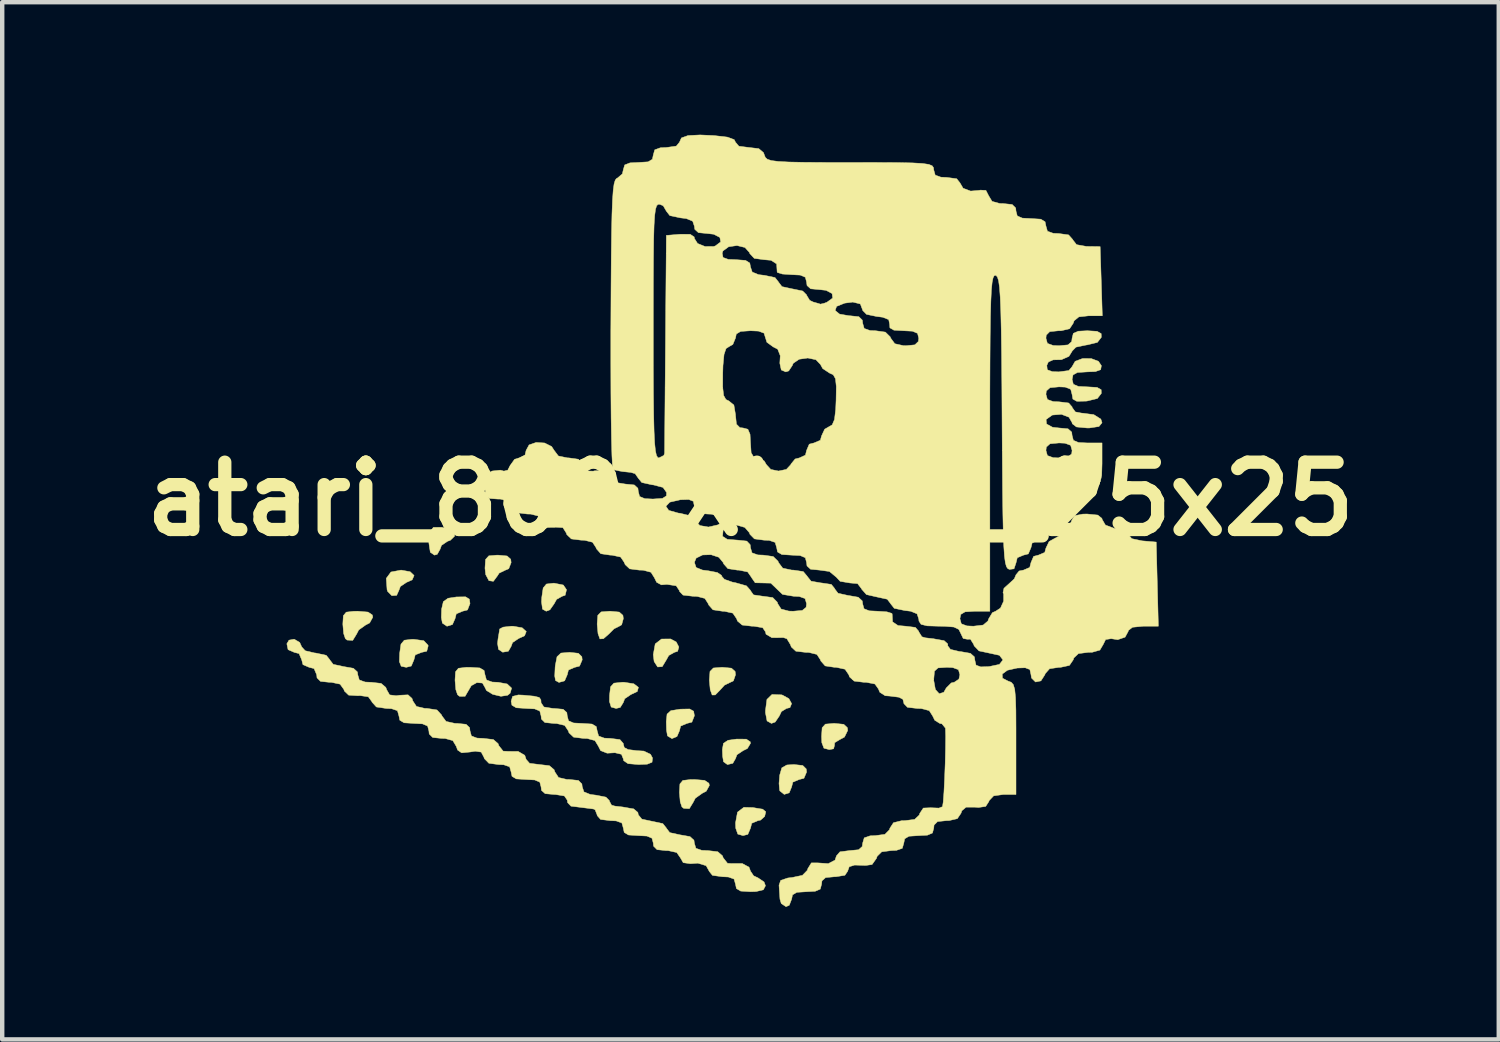
<source format=kicad_pcb>
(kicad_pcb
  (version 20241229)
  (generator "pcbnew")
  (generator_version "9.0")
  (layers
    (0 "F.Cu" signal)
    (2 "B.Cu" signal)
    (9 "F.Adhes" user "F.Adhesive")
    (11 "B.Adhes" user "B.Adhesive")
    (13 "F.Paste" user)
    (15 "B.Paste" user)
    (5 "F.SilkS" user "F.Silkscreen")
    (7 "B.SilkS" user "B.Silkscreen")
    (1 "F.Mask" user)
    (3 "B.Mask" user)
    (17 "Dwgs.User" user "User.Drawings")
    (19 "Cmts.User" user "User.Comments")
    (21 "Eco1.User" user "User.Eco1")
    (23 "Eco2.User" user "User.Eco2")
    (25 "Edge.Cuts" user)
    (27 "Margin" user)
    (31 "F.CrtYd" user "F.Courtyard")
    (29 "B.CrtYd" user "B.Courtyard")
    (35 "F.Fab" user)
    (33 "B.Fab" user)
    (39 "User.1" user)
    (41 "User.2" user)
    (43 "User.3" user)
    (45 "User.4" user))
  (footprint "atari_800_XL_BW_25x25"
    (layer "F.Cu")
    (at 13.941 8.248)
    (property "Reference" "atari_800_XL_BW_25x25" (at 0 0 0) (layer "F.SilkS") (effects (font (size 1.524 1.524) (thickness 0.3))))
    (attr exclude_from_pos_files exclude_from_bom)
    (fp_poly (pts (xy -7.705 1.646) (xy -7.616 1.731) (xy -7.659 1.829) (xy -7.789 1.887) (xy -7.927 1.98) (xy -7.959 2.066) (xy -8.011 2.181) (xy -8.12 2.188) (xy -8.215 2.092) (xy -8.228 2.053) (xy -8.246 1.796) (xy -8.14 1.652) (xy -7.91 1.609) (xy -7.705 1.646)) (stroke (width 0.01) (type solid)) (fill yes) (layer "F.SilkS"))
    (fp_poly (pts (xy -1.681 3.236) (xy -1.622 3.35) (xy -1.649 3.447) (xy -1.724 3.471) (xy -1.85 3.542) (xy -1.905 3.641) (xy -1.998 3.795) (xy -2.102 3.802) (xy -2.182 3.678) (xy -2.201 3.523) (xy -2.157 3.28) (xy -2.014 3.169) (xy -1.808 3.168) (xy -1.681 3.236)) (stroke (width 0.01) (type solid)) (fill yes) (layer "F.SilkS"))
    (fp_poly (pts (xy -6.921 0.653) (xy -6.741 0.729) (xy -6.696 0.837) (xy -6.795 0.934) (xy -6.858 0.956) (xy -6.996 1.049) (xy -7.027 1.135) (xy -7.092 1.252) (xy -7.154 1.27) (xy -7.249 1.205) (xy -7.281 0.997) (xy -7.281 0.979) (xy -7.262 0.743) (xy -7.178 0.641) (xy -6.993 0.64) (xy -6.921 0.653)) (stroke (width 0.01) (type solid)) (fill yes) (layer "F.SilkS"))
    (fp_poly (pts (xy -6.365 2.266) (xy -6.35 2.366) (xy -6.407 2.511) (xy -6.519 2.54) (xy -6.661 2.6) (xy -6.689 2.709) (xy -6.748 2.842) (xy -6.872 2.88) (xy -6.976 2.809) (xy -6.999 2.681) (xy -6.993 2.491) (xy -6.954 2.323) (xy -6.847 2.246) (xy -6.659 2.217) (xy -6.452 2.214) (xy -6.365 2.266)) (stroke (width 0.01) (type solid)) (fill yes) (layer "F.SilkS"))
    (fp_poly (pts (xy -5.511 1.289) (xy -5.428 1.363) (xy -5.419 1.439) (xy -5.473 1.578) (xy -5.548 1.609) (xy -5.69 1.677) (xy -5.727 1.736) (xy -5.821 1.863) (xy -5.922 1.848) (xy -5.995 1.71) (xy -6.011 1.566) (xy -5.998 1.368) (xy -5.924 1.286) (xy -5.738 1.27) (xy -5.715 1.27) (xy -5.511 1.289)) (stroke (width 0.01) (type solid)) (fill yes) (layer "F.SilkS"))
    (fp_poly (pts (xy -4.237 1.947) (xy -4.165 2.053) (xy -4.196 2.179) (xy -4.264 2.201) (xy -4.39 2.272) (xy -4.445 2.371) (xy -4.541 2.508) (xy -4.625 2.54) (xy -4.709 2.493) (xy -4.731 2.328) (xy -4.725 2.223) (xy -4.694 2.014) (xy -4.62 1.924) (xy -4.458 1.905) (xy -4.446 1.905) (xy -4.237 1.947)) (stroke (width 0.01) (type solid)) (fill yes) (layer "F.SilkS"))
    (fp_poly (pts (xy -2.641 4.183) (xy -2.537 4.263) (xy -2.563 4.358) (xy -2.709 4.427) (xy -2.847 4.52) (xy -2.879 4.606) (xy -2.949 4.719) (xy -3.043 4.741) (xy -3.154 4.71) (xy -3.193 4.586) (xy -3.191 4.445) (xy -3.168 4.251) (xy -3.092 4.168) (xy -2.911 4.149) (xy -2.857 4.149) (xy -2.641 4.183)) (stroke (width 0.01) (type solid)) (fill yes) (layer "F.SilkS"))
    (fp_poly (pts (xy -0.095 5.436) (xy -0.005 5.496) (xy 0 5.531) (xy -0.071 5.649) (xy -0.169 5.697) (xy -0.307 5.79) (xy -0.339 5.876) (xy -0.4 5.983) (xy -0.522 6.012) (xy -0.611 5.948) (xy -0.631 5.821) (xy -0.637 5.673) (xy -0.612 5.53) (xy -0.508 5.462) (xy -0.318 5.435) (xy -0.095 5.436)) (stroke (width 0.01) (type solid)) (fill yes) (layer "F.SilkS"))
    (fp_poly (pts (xy 0.703 4.433) (xy 0.724 4.439) (xy 0.869 4.519) (xy 0.931 4.632) (xy 0.894 4.722) (xy 0.814 4.741) (xy 0.7 4.812) (xy 0.653 4.911) (xy 0.56 5.048) (xy 0.474 5.08) (xy 0.375 5.024) (xy 0.339 4.838) (xy 0.339 4.789) (xy 0.372 4.537) (xy 0.487 4.425) (xy 0.703 4.433)) (stroke (width 0.01) (type solid)) (fill yes) (layer "F.SilkS"))
    (fp_poly (pts (xy -7.621 3.176) (xy -7.397 3.207) (xy -7.302 3.307) (xy -7.297 3.325) (xy -7.329 3.445) (xy -7.444 3.471) (xy -7.59 3.528) (xy -7.62 3.641) (xy -7.679 3.781) (xy -7.794 3.81) (xy -7.908 3.786) (xy -7.949 3.682) (xy -7.943 3.493) (xy -7.913 3.285) (xy -7.838 3.196) (xy -7.667 3.176) (xy -7.621 3.176)) (stroke (width 0.01) (type solid)) (fill yes) (layer "F.SilkS"))
    (fp_poly (pts (xy -5.169 2.915) (xy -5.076 2.999) (xy -5.115 3.096) (xy -5.249 3.157) (xy -5.387 3.25) (xy -5.419 3.336) (xy -5.482 3.446) (xy -5.61 3.468) (xy -5.705 3.403) (xy -5.726 3.27) (xy -5.716 3.17) (xy -5.688 3.003) (xy -5.679 2.942) (xy -5.6 2.9) (xy -5.414 2.879) (xy -5.376 2.879) (xy -5.169 2.915)) (stroke (width 0.01) (type solid)) (fill yes) (layer "F.SilkS"))
    (fp_poly (pts (xy -2.971 2.559) (xy -2.888 2.633) (xy -2.879 2.709) (xy -2.917 2.847) (xy -2.971 2.879) (xy -3.089 2.938) (xy -3.205 3.054) (xy -3.329 3.162) (xy -3.409 3.167) (xy -3.452 3.046) (xy -3.471 2.838) (xy -3.471 2.822) (xy -3.457 2.633) (xy -3.38 2.555) (xy -3.189 2.54) (xy -3.175 2.54) (xy -2.971 2.559)) (stroke (width 0.01) (type solid)) (fill yes) (layer "F.SilkS"))
    (fp_poly (pts (xy -0.431 3.829) (xy -0.348 3.903) (xy -0.339 3.979) (xy -0.387 4.117) (xy -0.455 4.149) (xy -0.588 4.213) (xy -0.689 4.324) (xy -0.797 4.435) (xy -0.868 4.437) (xy -0.912 4.316) (xy -0.931 4.108) (xy -0.931 4.092) (xy -0.917 3.903) (xy -0.84 3.825) (xy -0.649 3.81) (xy -0.635 3.81) (xy -0.431 3.829)) (stroke (width 0.01) (type solid)) (fill yes) (layer "F.SilkS"))
    (fp_poly (pts (xy 0.054 6.985) (xy 0.219 7.013) (xy 0.275 7.021) (xy 0.346 7.08) (xy 0.321 7.186) (xy 0.228 7.269) (xy 0.169 7.281) (xy 0.028 7.341) (xy 0 7.451) (xy -0.06 7.592) (xy -0.169 7.62) (xy -0.287 7.586) (xy -0.334 7.453) (xy -0.339 7.333) (xy -0.294 7.089) (xy -0.151 6.98) (xy 0.054 6.985)) (stroke (width 0.01) (type solid)) (fill yes) (layer "F.SilkS"))
    (fp_poly (pts (xy 1.183 6.032) (xy 1.262 6.11) (xy 1.27 6.181) (xy 1.21 6.322) (xy 1.101 6.35) (xy 0.959 6.41) (xy 0.931 6.519) (xy 0.877 6.651) (xy 0.764 6.687) (xy 0.666 6.609) (xy 0.659 6.59) (xy 0.646 6.439) (xy 0.661 6.252) (xy 0.709 6.086) (xy 0.823 6.021) (xy 0.983 6.011) (xy 1.183 6.032)) (stroke (width 0.01) (type solid)) (fill yes) (layer "F.SilkS"))
    (fp_poly (pts (xy 2.111 5.1) (xy 2.193 5.176) (xy 2.201 5.239) (xy 2.128 5.389) (xy 2.023 5.445) (xy 1.906 5.516) (xy 1.901 5.582) (xy 1.881 5.655) (xy 1.783 5.673) (xy 1.663 5.641) (xy 1.615 5.517) (xy 1.609 5.376) (xy 1.622 5.178) (xy 1.696 5.096) (xy 1.882 5.08) (xy 1.905 5.08) (xy 2.111 5.1)) (stroke (width 0.01) (type solid)) (fill yes) (layer "F.SilkS"))
    (fp_poly (pts (xy -8.659 2.559) (xy -8.561 2.625) (xy -8.551 2.675) (xy -8.622 2.805) (xy -8.713 2.852) (xy -8.869 2.963) (xy -8.917 3.056) (xy -9.005 3.2) (xy -9.132 3.193) (xy -9.172 3.161) (xy -9.211 3.045) (xy -9.229 2.839) (xy -9.229 2.822) (xy -9.218 2.641) (xy -9.152 2.561) (xy -8.982 2.541) (xy -8.89 2.54) (xy -8.659 2.559)) (stroke (width 0.01) (type solid)) (fill yes) (layer "F.SilkS"))
    (fp_poly (pts (xy -3.897 3.492) (xy -3.818 3.57) (xy -3.81 3.641) (xy -3.87 3.782) (xy -3.979 3.81) (xy -4.121 3.87) (xy -4.149 3.979) (xy -4.208 4.116) (xy -4.336 4.152) (xy -4.414 4.109) (xy -4.432 4.007) (xy -4.423 3.807) (xy -4.419 3.77) (xy -4.38 3.57) (xy -4.291 3.487) (xy -4.097 3.471) (xy -4.097 3.471) (xy -3.897 3.492)) (stroke (width 0.01) (type solid)) (fill yes) (layer "F.SilkS"))
    (fp_poly (pts (xy -1.287 4.803) (xy -1.27 4.906) (xy -1.327 5.051) (xy -1.439 5.08) (xy -1.581 5.14) (xy -1.609 5.249) (xy -1.664 5.376) (xy -1.778 5.424) (xy -1.877 5.364) (xy -1.881 5.355) (xy -1.901 5.232) (xy -1.907 5.038) (xy -1.889 4.869) (xy -1.803 4.791) (xy -1.601 4.759) (xy -1.587 4.757) (xy -1.378 4.753) (xy -1.287 4.803)) (stroke (width 0.01) (type solid)) (fill yes) (layer "F.SilkS"))
    (fp_poly (pts (xy -1.039 6.369) (xy -0.941 6.435) (xy -0.931 6.485) (xy -1.002 6.615) (xy -1.093 6.662) (xy -1.249 6.773) (xy -1.297 6.866) (xy -1.385 7.01) (xy -1.512 7.003) (xy -1.552 6.971) (xy -1.591 6.855) (xy -1.609 6.649) (xy -1.609 6.632) (xy -1.598 6.451) (xy -1.532 6.371) (xy -1.362 6.351) (xy -1.27 6.35) (xy -1.039 6.369)) (stroke (width 0.01) (type solid)) (fill yes) (layer "F.SilkS"))
    (fp_poly (pts (xy -6.128 3.824) (xy -6.031 3.882) (xy -6.011 3.979) (xy -5.978 4.096) (xy -5.849 4.143) (xy -5.715 4.149) (xy -5.508 4.187) (xy -5.408 4.281) (xy -5.442 4.397) (xy -5.499 4.443) (xy -5.65 4.466) (xy -5.835 4.422) (xy -5.977 4.335) (xy -6.011 4.266) (xy -6.068 4.166) (xy -6.195 4.156) (xy -6.321 4.226) (xy -6.375 4.318) (xy -6.462 4.467) (xy -6.588 4.466) (xy -6.632 4.431) (xy -6.671 4.315) (xy -6.689 4.109) (xy -6.689 4.092) (xy -6.678 3.911) (xy -6.612 3.831) (xy -6.442 3.811) (xy -6.35 3.81) (xy -6.128 3.824)) (stroke (width 0.01) (type solid)) (fill yes) (layer "F.SilkS"))
    (fp_poly (pts (xy -5.144 4.44) (xy -4.901 4.463) (xy -4.783 4.492) (xy -4.745 4.546) (xy -4.741 4.614) (xy -4.677 4.708) (xy -4.472 4.741) (xy -4.445 4.741) (xy -4.241 4.76) (xy -4.158 4.834) (xy -4.149 4.911) (xy -4.12 5.021) (xy -4.005 5.07) (xy -3.81 5.08) (xy -3.588 5.094) (xy -3.491 5.152) (xy -3.471 5.249) (xy -3.438 5.366) (xy -3.309 5.413) (xy -3.175 5.419) (xy -2.956 5.446) (xy -2.879 5.534) (xy -2.879 5.546) (xy -2.858 5.626) (xy -2.769 5.672) (xy -2.572 5.697) (xy -2.415 5.706) (xy -2.264 5.778) (xy -2.218 5.863) (xy -2.229 5.959) (xy -2.338 6.003) (xy -2.534 6.011) (xy -2.772 5.991) (xy -2.871 5.924) (xy -2.879 5.884) (xy -2.921 5.779) (xy -3.068 5.744) (xy -3.245 5.754) (xy -3.393 5.696) (xy -3.445 5.594) (xy -3.522 5.468) (xy -3.697 5.421) (xy -3.785 5.419) (xy -4.005 5.391) (xy -4.109 5.293) (xy -4.124 5.249) (xy -4.206 5.125) (xy -4.394 5.081) (xy -4.455 5.08) (xy -4.655 5.06) (xy -4.734 4.981) (xy -4.741 4.911) (xy -4.77 4.8) (xy -4.885 4.751) (xy -5.08 4.741) (xy -5.303 4.726) (xy -5.401 4.668) (xy -5.419 4.579) (xy -5.386 4.468) (xy -5.257 4.435) (xy -5.144 4.44)) (stroke (width 0.01) (type solid)) (fill yes) (layer "F.SilkS"))
    (fp_poly (pts (xy -10.206 3.246) (xy -10.16 3.348) (xy -10.081 3.435) (xy -9.868 3.485) (xy -9.842 3.487) (xy -9.605 3.538) (xy -9.525 3.638) (xy -9.525 3.641) (xy -9.448 3.742) (xy -9.214 3.793) (xy -9.208 3.794) (xy -8.99 3.832) (xy -8.9 3.914) (xy -8.89 3.984) (xy -8.856 4.097) (xy -8.724 4.143) (xy -8.586 4.149) (xy -8.363 4.174) (xy -8.256 4.265) (xy -8.237 4.317) (xy -8.17 4.434) (xy -8.02 4.453) (xy -7.942 4.442) (xy -7.753 4.433) (xy -7.663 4.515) (xy -7.645 4.57) (xy -7.562 4.696) (xy -7.374 4.74) (xy -7.319 4.741) (xy -7.098 4.775) (xy -6.992 4.891) (xy -6.985 4.911) (xy -6.892 5.035) (xy -6.694 5.079) (xy -6.641 5.08) (xy -6.439 5.1) (xy -6.359 5.176) (xy -6.35 5.249) (xy -6.318 5.365) (xy -6.192 5.412) (xy -6.046 5.419) (xy -5.821 5.445) (xy -5.714 5.538) (xy -5.699 5.582) (xy -5.6 5.707) (xy -5.491 5.713) (xy -5.26 5.714) (xy -5.11 5.802) (xy -5.08 5.893) (xy -5.002 5.983) (xy -4.776 6.011) (xy -4.553 6.037) (xy -4.446 6.128) (xy -4.427 6.181) (xy -4.345 6.305) (xy -4.157 6.349) (xy -4.096 6.35) (xy -3.896 6.371) (xy -3.817 6.451) (xy -3.81 6.514) (xy -3.771 6.63) (xy -3.627 6.688) (xy -3.493 6.705) (xy -3.273 6.749) (xy -3.195 6.827) (xy -3.196 6.837) (xy -3.146 6.93) (xy -3.069 6.952) (xy -2.893 6.972) (xy -2.836 6.982) (xy -2.674 7.011) (xy -2.646 7.014) (xy -2.55 7.095) (xy -2.54 7.149) (xy -2.46 7.247) (xy -2.224 7.297) (xy -2.223 7.297) (xy -1.985 7.348) (xy -1.905 7.448) (xy -1.905 7.451) (xy -1.828 7.552) (xy -1.594 7.603) (xy -1.587 7.604) (xy -1.37 7.642) (xy -1.28 7.724) (xy -1.27 7.794) (xy -1.236 7.907) (xy -1.104 7.953) (xy -0.966 7.959) (xy -0.741 7.985) (xy -0.634 8.078) (xy -0.619 8.122) (xy -0.52 8.247) (xy -0.411 8.253) (xy -0.184 8.253) (xy -0.033 8.335) (xy 0 8.424) (xy 0.071 8.53) (xy 0.169 8.576) (xy 0.307 8.669) (xy 0.339 8.755) (xy 0.291 8.847) (xy 0.126 8.886) (xy 0 8.89) (xy -0.222 8.876) (xy -0.319 8.818) (xy -0.339 8.721) (xy -0.372 8.604) (xy -0.501 8.557) (xy -0.635 8.551) (xy -0.861 8.52) (xy -0.931 8.433) (xy -1.004 8.301) (xy -1.192 8.244) (xy -1.36 8.256) (xy -1.523 8.233) (xy -1.585 8.125) (xy -1.669 8.003) (xy -1.861 7.96) (xy -1.915 7.959) (xy -2.115 7.938) (xy -2.194 7.859) (xy -2.201 7.789) (xy -2.23 7.679) (xy -2.345 7.63) (xy -2.54 7.62) (xy -2.762 7.606) (xy -2.859 7.548) (xy -2.879 7.451) (xy -2.912 7.334) (xy -3.041 7.287) (xy -3.175 7.281) (xy -3.394 7.254) (xy -3.471 7.166) (xy -3.471 7.154) (xy -3.518 7.035) (xy -3.556 7.017) (xy -3.706 6.998) (xy -3.81 6.985) (xy -3.992 6.962) (xy -4.064 6.953) (xy -4.14 6.874) (xy -4.149 6.816) (xy -4.213 6.722) (xy -4.418 6.689) (xy -4.445 6.689) (xy -4.649 6.67) (xy -4.732 6.596) (xy -4.741 6.519) (xy -4.77 6.409) (xy -4.885 6.36) (xy -5.08 6.35) (xy -5.302 6.336) (xy -5.399 6.278) (xy -5.419 6.181) (xy -5.453 6.062) (xy -5.587 6.016) (xy -5.705 6.011) (xy -5.923 5.982) (xy -6.024 5.878) (xy -6.036 5.843) (xy -6.097 5.729) (xy -6.231 5.709) (xy -6.347 5.727) (xy -6.539 5.746) (xy -6.631 5.683) (xy -6.661 5.6) (xy -6.739 5.469) (xy -6.912 5.421) (xy -6.995 5.419) (xy -7.195 5.398) (xy -7.274 5.319) (xy -7.281 5.249) (xy -7.31 5.139) (xy -7.425 5.09) (xy -7.62 5.08) (xy -7.842 5.066) (xy -7.939 5.008) (xy -7.959 4.911) (xy -7.993 4.792) (xy -8.127 4.746) (xy -8.245 4.741) (xy -8.469 4.708) (xy -8.568 4.599) (xy -8.572 4.587) (xy -8.652 4.477) (xy -8.84 4.45) (xy -8.888 4.453) (xy -9.097 4.44) (xy -9.194 4.347) (xy -9.206 4.31) (xy -9.292 4.191) (xy -9.492 4.149) (xy -9.535 4.149) (xy -9.735 4.128) (xy -9.814 4.049) (xy -9.821 3.979) (xy -9.881 3.838) (xy -9.991 3.81) (xy -10.132 3.75) (xy -10.16 3.641) (xy -10.22 3.499) (xy -10.329 3.471) (xy -10.469 3.41) (xy -10.497 3.277) (xy -10.448 3.195) (xy -10.331 3.173) (xy -10.206 3.246)) (stroke (width 0.01) (type solid)) (fill yes) (layer "F.SilkS"))
    (fp_poly (pts (xy -0.826 -8.229) (xy -0.523 -8.194) (xy -0.369 -8.137) (xy -0.339 -8.078) (xy -0.263 -7.988) (xy -0.034 -7.959) (xy 0.188 -7.933) (xy 0.295 -7.842) (xy 0.314 -7.789) (xy 0.335 -7.735) (xy 0.381 -7.693) (xy 0.471 -7.663) (xy 0.628 -7.643) (xy 0.872 -7.63) (xy 1.225 -7.623) (xy 1.707 -7.62) (xy 2.254 -7.62) (xy 2.866 -7.619) (xy 3.331 -7.617) (xy 3.667 -7.61) (xy 3.895 -7.597) (xy 4.037 -7.576) (xy 4.113 -7.545) (xy 4.143 -7.503) (xy 4.149 -7.451) (xy 4.182 -7.334) (xy 4.311 -7.287) (xy 4.445 -7.281) (xy 4.669 -7.251) (xy 4.741 -7.16) (xy 4.813 -7.037) (xy 4.984 -6.972) (xy 5.186 -6.989) (xy 5.2 -6.994) (xy 5.33 -6.988) (xy 5.391 -6.869) (xy 5.469 -6.739) (xy 5.643 -6.691) (xy 5.725 -6.689) (xy 5.925 -6.668) (xy 6.004 -6.589) (xy 6.011 -6.519) (xy 6.04 -6.409) (xy 6.155 -6.36) (xy 6.35 -6.35) (xy 6.572 -6.336) (xy 6.669 -6.278) (xy 6.689 -6.181) (xy 6.723 -6.063) (xy 6.855 -6.016) (xy 6.979 -6.011) (xy 7.202 -5.98) (xy 7.294 -5.877) (xy 7.297 -5.868) (xy 7.382 -5.759) (xy 7.6 -5.72) (xy 7.62 -5.719) (xy 7.916 -5.715) (xy 7.941 -4.932) (xy 7.965 -4.149) (xy 7.658 -4.149) (xy 7.434 -4.124) (xy 7.326 -4.035) (xy 7.306 -3.979) (xy 7.224 -3.855) (xy 7.036 -3.811) (xy 6.975 -3.81) (xy 6.775 -3.79) (xy 6.696 -3.711) (xy 6.689 -3.641) (xy 6.722 -3.524) (xy 6.851 -3.477) (xy 6.985 -3.471) (xy 7.189 -3.49) (xy 7.272 -3.564) (xy 7.281 -3.641) (xy 7.309 -3.751) (xy 7.422 -3.8) (xy 7.626 -3.81) (xy 7.847 -3.797) (xy 7.939 -3.746) (xy 7.943 -3.662) (xy 7.853 -3.546) (xy 7.624 -3.49) (xy 7.598 -3.487) (xy 7.369 -3.439) (xy 7.282 -3.351) (xy 7.281 -3.345) (xy 7.209 -3.23) (xy 7.039 -3.155) (xy 6.851 -3.151) (xy 6.744 -3.103) (xy 6.709 -3.027) (xy 6.719 -2.926) (xy 6.836 -2.884) (xy 6.979 -2.879) (xy 7.208 -2.909) (xy 7.281 -2.997) (xy 7.35 -3.118) (xy 7.515 -3.18) (xy 7.712 -3.181) (xy 7.877 -3.119) (xy 7.944 -3.02) (xy 7.928 -2.928) (xy 7.809 -2.886) (xy 7.626 -2.879) (xy 7.402 -2.865) (xy 7.302 -2.81) (xy 7.281 -2.709) (xy 7.309 -2.599) (xy 7.422 -2.55) (xy 7.626 -2.54) (xy 7.847 -2.527) (xy 7.939 -2.476) (xy 7.943 -2.392) (xy 7.853 -2.276) (xy 7.624 -2.22) (xy 7.598 -2.217) (xy 7.388 -2.213) (xy 7.299 -2.263) (xy 7.281 -2.366) (xy 7.25 -2.485) (xy 7.126 -2.534) (xy 6.985 -2.54) (xy 6.781 -2.521) (xy 6.698 -2.447) (xy 6.689 -2.371) (xy 6.722 -2.254) (xy 6.851 -2.207) (xy 6.985 -2.201) (xy 7.204 -2.174) (xy 7.281 -2.086) (xy 7.281 -2.074) (xy 7.355 -1.972) (xy 7.486 -1.947) (xy 7.772 -1.911) (xy 7.932 -1.81) (xy 7.959 -1.727) (xy 7.889 -1.642) (xy 7.672 -1.609) (xy 7.62 -1.609) (xy 7.38 -1.632) (xy 7.285 -1.705) (xy 7.281 -1.73) (xy 7.21 -1.853) (xy 7.04 -1.918) (xy 6.84 -1.902) (xy 6.828 -1.898) (xy 6.692 -1.801) (xy 6.703 -1.699) (xy 6.839 -1.625) (xy 6.985 -1.609) (xy 7.189 -1.59) (xy 7.272 -1.516) (xy 7.281 -1.439) (xy 7.31 -1.329) (xy 7.425 -1.28) (xy 7.62 -1.27) (xy 7.959 -1.27) (xy 7.959 -0.804) (xy 7.951 -0.535) (xy 7.92 -0.395) (xy 7.849 -0.344) (xy 7.789 -0.339) (xy 7.648 -0.279) (xy 7.62 -0.169) (xy 7.56 -0.028) (xy 7.451 0) (xy 7.309 0.06) (xy 7.281 0.169) (xy 7.232 0.307) (xy 7.163 0.339) (xy 7.033 0.407) (xy 6.997 0.466) (xy 7.01 0.57) (xy 7.115 0.593) (xy 7.25 0.539) (xy 7.281 0.466) (xy 7.337 0.377) (xy 7.523 0.341) (xy 7.62 0.339) (xy 7.863 0.363) (xy 7.957 0.439) (xy 7.959 0.457) (xy 8.035 0.589) (xy 8.239 0.665) (xy 8.389 0.677) (xy 8.522 0.73) (xy 8.551 0.799) (xy 8.632 0.897) (xy 8.867 0.947) (xy 8.869 0.947) (xy 9.186 0.974) (xy 9.21 1.926) (xy 9.234 2.879) (xy 8.893 2.879) (xy 8.648 2.903) (xy 8.554 2.977) (xy 8.551 2.997) (xy 8.481 3.127) (xy 8.314 3.184) (xy 8.165 3.161) (xy 8.04 3.181) (xy 7.986 3.291) (xy 7.91 3.42) (xy 7.741 3.468) (xy 7.645 3.471) (xy 7.425 3.499) (xy 7.321 3.597) (xy 7.306 3.641) (xy 7.22 3.767) (xy 7.026 3.809) (xy 6.985 3.81) (xy 6.771 3.842) (xy 6.672 3.954) (xy 6.664 3.979) (xy 6.575 4.117) (xy 6.453 4.142) (xy 6.363 4.053) (xy 6.35 3.974) (xy 6.325 3.86) (xy 6.22 3.82) (xy 6.039 3.826) (xy 5.817 3.876) (xy 5.699 3.963) (xy 5.705 4.056) (xy 5.833 4.122) (xy 5.902 4.148) (xy 5.95 4.201) (xy 5.982 4.308) (xy 6 4.494) (xy 6.009 4.787) (xy 6.011 5.212) (xy 6.011 5.429) (xy 6.011 6.689) (xy 5.725 6.689) (xy 5.504 6.72) (xy 5.403 6.827) (xy 5.397 6.848) (xy 5.325 6.959) (xy 5.161 6.983) (xy 5.082 6.976) (xy 4.881 6.976) (xy 4.785 7.057) (xy 4.766 7.113) (xy 4.683 7.236) (xy 4.495 7.28) (xy 4.435 7.281) (xy 4.235 7.302) (xy 4.156 7.381) (xy 4.149 7.451) (xy 4.12 7.561) (xy 4.005 7.61) (xy 3.81 7.62) (xy 3.588 7.634) (xy 3.491 7.692) (xy 3.471 7.789) (xy 3.437 7.908) (xy 3.303 7.954) (xy 3.185 7.959) (xy 2.97 7.987) (xy 2.867 8.089) (xy 2.852 8.135) (xy 2.752 8.275) (xy 2.61 8.295) (xy 2.358 8.287) (xy 2.235 8.325) (xy 2.201 8.421) (xy 2.201 8.424) (xy 2.137 8.518) (xy 1.932 8.551) (xy 1.905 8.551) (xy 1.701 8.57) (xy 1.618 8.644) (xy 1.609 8.721) (xy 1.58 8.831) (xy 1.465 8.88) (xy 1.27 8.89) (xy 1.048 8.904) (xy 0.951 8.962) (xy 0.931 9.059) (xy 0.878 9.197) (xy 0.804 9.229) (xy 0.697 9.158) (xy 0.667 9.059) (xy 0.652 8.836) (xy 0.646 8.742) (xy 0.684 8.634) (xy 0.842 8.58) (xy 0.944 8.568) (xy 1.176 8.519) (xy 1.286 8.406) (xy 1.299 8.366) (xy 1.379 8.237) (xy 1.527 8.238) (xy 1.762 8.254) (xy 1.914 8.175) (xy 1.947 8.077) (xy 2.026 7.987) (xy 2.244 7.959) (xy 2.448 7.94) (xy 2.53 7.866) (xy 2.54 7.789) (xy 2.575 7.671) (xy 2.708 7.625) (xy 2.826 7.62) (xy 3.044 7.591) (xy 3.146 7.487) (xy 3.157 7.451) (xy 3.237 7.328) (xy 3.419 7.283) (xy 3.496 7.281) (xy 3.717 7.253) (xy 3.821 7.154) (xy 3.833 7.116) (xy 3.913 6.996) (xy 4.088 6.989) (xy 4.092 6.99) (xy 4.267 6.997) (xy 4.347 6.965) (xy 4.363 6.863) (xy 4.38 6.636) (xy 4.395 6.329) (xy 4.408 5.987) (xy 4.416 5.654) (xy 4.419 5.374) (xy 4.414 5.193) (xy 4.413 5.186) (xy 4.335 5.09) (xy 4.286 5.08) (xy 4.172 5.009) (xy 4.124 4.911) (xy 4.047 4.79) (xy 3.871 4.744) (xy 3.776 4.741) (xy 3.553 4.715) (xy 3.473 4.631) (xy 3.471 4.614) (xy 3.45 4.533) (xy 3.36 4.487) (xy 3.156 4.461) (xy 3.049 4.453) (xy 2.928 4.375) (xy 2.895 4.297) (xy 2.817 4.188) (xy 2.618 4.149) (xy 2.568 4.149) (xy 2.347 4.122) (xy 2.33 4.106) (xy 4.149 4.106) (xy 4.186 4.312) (xy 4.273 4.408) (xy 4.376 4.375) (xy 4.433 4.276) (xy 4.546 4.163) (xy 4.612 4.149) (xy 4.718 4.078) (xy 4.741 3.979) (xy 4.708 3.863) (xy 4.579 3.816) (xy 4.445 3.81) (xy 4.246 3.823) (xy 4.165 3.897) (xy 4.149 4.084) (xy 4.149 4.106) (xy 2.33 4.106) (xy 2.242 4.027) (xy 2.226 3.979) (xy 2.14 3.853) (xy 1.946 3.811) (xy 1.905 3.81) (xy 1.691 3.778) (xy 1.592 3.666) (xy 1.584 3.641) (xy 1.504 3.518) (xy 1.322 3.473) (xy 1.245 3.471) (xy 1.027 3.445) (xy 0.923 3.348) (xy 0.905 3.297) (xy 0.824 3.163) (xy 0.747 3.137) (xy 0.485 3.139) (xy 0.352 3.061) (xy 0.339 3.006) (xy 0.276 2.913) (xy 0.075 2.879) (xy 0.034 2.879) (xy -0.188 2.853) (xy -0.295 2.762) (xy -0.314 2.709) (xy -0.4 2.583) (xy -0.594 2.541) (xy -0.635 2.54) (xy -0.849 2.508) (xy -0.948 2.396) (xy -0.956 2.371) (xy -1.033 2.25) (xy -1.209 2.204) (xy -1.304 2.201) (xy -1.527 2.175) (xy -1.607 2.091) (xy -1.609 2.074) (xy -1.682 1.964) (xy -1.893 1.932) (xy -2.017 1.943) (xy -2.125 1.885) (xy -2.175 1.783) (xy -2.253 1.658) (xy -2.429 1.611) (xy -2.515 1.609) (xy -2.735 1.581) (xy -2.839 1.483) (xy -2.854 1.439) (xy -2.858 1.434) (xy -1.27 1.434) (xy -1.231 1.55) (xy -1.087 1.608) (xy -0.953 1.625) (xy -0.75 1.664) (xy -0.654 1.729) (xy -0.653 1.747) (xy -0.59 1.818) (xy -0.411 1.881) (xy -0.335 1.896) (xy -0.092 1.965) (xy -0.000339 2.068) (xy 0 2.075) (xy 0.068 2.17) (xy 0.281 2.201) (xy 0.286 2.201) (xy 0.504 2.231) (xy 0.606 2.335) (xy 0.617 2.371) (xy 0.694 2.491) (xy 0.87 2.537) (xy 0.966 2.54) (xy 1.173 2.522) (xy 1.259 2.452) (xy 1.27 2.371) (xy 1.236 2.253) (xy 1.106 2.207) (xy 0.977 2.201) (xy 0.726 2.159) (xy 0.592 2.031) (xy 0.46 1.904) (xy 0.284 1.9) (xy 0.106 1.896) (xy 0.025 1.78) (xy 0.023 1.774) (xy -0.064 1.65) (xy -0.264 1.609) (xy -0.296 1.609) (xy -0.511 1.576) (xy -0.61 1.464) (xy -0.617 1.439) (xy -0.717 1.318) (xy -0.893 1.26) (xy -1.085 1.266) (xy -1.23 1.337) (xy -1.27 1.434) (xy -2.858 1.434) (xy -2.94 1.313) (xy -3.134 1.271) (xy -3.175 1.27) (xy -3.389 1.238) (xy -3.488 1.126) (xy -3.496 1.101) (xy -3.576 0.978) (xy -3.758 0.933) (xy -3.835 0.931) (xy -4.056 0.903) (xy -4.117 0.844) (xy -0.633 0.844) (xy -0.524 0.913) (xy -0.282 0.931) (xy -0.084 0.952) (xy -0.007 1.034) (xy 0 1.101) (xy 0.034 1.218) (xy 0.166 1.265) (xy 0.291 1.27) (xy 0.514 1.301) (xy 0.623 1.408) (xy 0.635 1.439) (xy 0.73 1.565) (xy 0.933 1.608) (xy 0.973 1.609) (xy 1.195 1.642) (xy 1.285 1.749) (xy 1.285 1.752) (xy 1.372 1.86) (xy 1.594 1.899) (xy 1.609 1.9) (xy 1.83 1.933) (xy 1.905 2.025) (xy 1.905 2.032) (xy 1.982 2.133) (xy 2.216 2.185) (xy 2.223 2.185) (xy 2.44 2.223) (xy 2.53 2.306) (xy 2.54 2.376) (xy 2.57 2.484) (xy 2.69 2.531) (xy 2.879 2.54) (xy 3.088 2.554) (xy 3.201 2.589) (xy 3.207 2.603) (xy 3.217 2.781) (xy 3.34 2.864) (xy 3.514 2.879) (xy 3.733 2.906) (xy 3.809 2.994) (xy 3.81 3.006) (xy 3.88 3.118) (xy 3.958 3.142) (xy 4.135 3.162) (xy 4.191 3.172) (xy 4.353 3.201) (xy 4.381 3.204) (xy 4.466 3.281) (xy 4.466 3.323) (xy 4.527 3.404) (xy 4.733 3.453) (xy 4.763 3.455) (xy 4.979 3.493) (xy 5.069 3.573) (xy 5.08 3.651) (xy 5.106 3.761) (xy 5.213 3.8) (xy 5.397 3.794) (xy 5.635 3.744) (xy 5.715 3.643) (xy 5.715 3.641) (xy 5.636 3.538) (xy 5.406 3.488) (xy 5.173 3.438) (xy 5.064 3.324) (xy 5.052 3.289) (xy 4.979 3.172) (xy 4.911 3.175) (xy 4.816 3.157) (xy 4.768 3.057) (xy 4.717 2.952) (xy 4.605 2.898) (xy 4.386 2.88) (xy 4.266 2.879) (xy 4 2.871) (xy 3.862 2.837) (xy 3.814 2.763) (xy 3.81 2.714) (xy 3.808 2.709) (xy 4.741 2.709) (xy 4.773 2.825) (xy 4.9 2.872) (xy 5.046 2.879) (xy 5.268 2.853) (xy 5.375 2.762) (xy 5.394 2.709) (xy 5.477 2.572) (xy 5.55 2.54) (xy 5.659 2.469) (xy 5.731 2.312) (xy 5.731 2.15) (xy 5.717 2.12) (xy 5.739 2.019) (xy 5.839 1.93) (xy 5.973 1.806) (xy 6.011 1.715) (xy 6.082 1.629) (xy 6.181 1.609) (xy 6.322 1.549) (xy 6.35 1.439) (xy 6.41 1.298) (xy 6.519 1.27) (xy 6.662 1.209) (xy 6.689 1.111) (xy 6.76 0.962) (xy 6.858 0.907) (xy 6.995 0.832) (xy 7.027 0.77) (xy 6.956 0.695) (xy 6.858 0.677) (xy 6.72 0.73) (xy 6.689 0.804) (xy 6.618 0.908) (xy 6.519 0.931) (xy 6.378 0.991) (xy 6.35 1.101) (xy 6.29 1.242) (xy 6.181 1.27) (xy 6.04 1.329) (xy 6.011 1.446) (xy 5.966 1.58) (xy 5.863 1.593) (xy 5.826 1.576) (xy 5.795 1.531) (xy 5.77 1.442) (xy 5.75 1.294) (xy 5.735 1.071) (xy 5.723 0.757) (xy 5.714 0.336) (xy 5.707 -0.206) (xy 5.702 -0.886) (xy 5.7 -1.101) (xy 6.689 -1.101) (xy 6.722 -0.984) (xy 6.851 -0.937) (xy 6.985 -0.931) (xy 7.189 -0.95) (xy 7.272 -1.024) (xy 7.281 -1.101) (xy 7.248 -1.217) (xy 7.119 -1.264) (xy 6.985 -1.27) (xy 6.781 -1.251) (xy 6.698 -1.177) (xy 6.689 -1.101) (xy 5.7 -1.101) (xy 5.696 -1.72) (xy 5.696 -1.737) (xy 5.691 -2.581) (xy 5.685 -3.27) (xy 5.677 -3.821) (xy 5.667 -4.248) (xy 5.654 -4.567) (xy 5.638 -4.792) (xy 5.617 -4.94) (xy 5.591 -5.024) (xy 5.56 -5.061) (xy 5.548 -5.065) (xy 5.517 -5.057) (xy 5.492 -5.008) (xy 5.471 -4.905) (xy 5.454 -4.734) (xy 5.442 -4.481) (xy 5.432 -4.131) (xy 5.426 -3.671) (xy 5.422 -3.087) (xy 5.419 -2.365) (xy 5.419 -1.49) (xy 5.419 -1.276) (xy 5.419 2.54) (xy 5.08 2.54) (xy 4.858 2.554) (xy 4.761 2.612) (xy 4.741 2.709) (xy 3.808 2.709) (xy 3.771 2.599) (xy 3.627 2.54) (xy 3.493 2.524) (xy 3.255 2.474) (xy 3.175 2.373) (xy 3.175 2.371) (xy 3.096 2.268) (xy 2.866 2.218) (xy 2.625 2.163) (xy 2.518 2.042) (xy 2.516 2.034) (xy 2.425 1.915) (xy 2.25 1.9) (xy 2.03 1.863) (xy 1.941 1.767) (xy 1.787 1.64) (xy 1.563 1.609) (xy 1.36 1.589) (xy 1.279 1.514) (xy 1.27 1.439) (xy 1.242 1.329) (xy 1.127 1.28) (xy 0.931 1.27) (xy 0.71 1.256) (xy 0.612 1.198) (xy 0.593 1.101) (xy 0.558 0.982) (xy 0.425 0.936) (xy 0.306 0.931) (xy 0.089 0.902) (xy -0.013 0.798) (xy -0.025 0.762) (xy -0.128 0.643) (xy -0.311 0.59) (xy -0.5 0.609) (xy -0.618 0.707) (xy -0.62 0.711) (xy -0.633 0.844) (xy -4.117 0.844) (xy -4.159 0.804) (xy -4.172 0.766) (xy -4.247 0.648) (xy -4.414 0.637) (xy -4.443 0.642) (xy -4.623 0.643) (xy -4.708 0.54) (xy -4.716 0.511) (xy -4.795 0.387) (xy -4.973 0.341) (xy -5.055 0.339) (xy -5.275 0.311) (xy -5.379 0.213) (xy -5.394 0.169) (xy -5.398 0.163) (xy -1.915 0.163) (xy -1.851 0.257) (xy -1.634 0.318) (xy -1.596 0.322) (xy -1.345 0.383) (xy -1.249 0.495) (xy -1.146 0.6) (xy -0.954 0.634) (xy -0.743 0.586) (xy -0.693 0.56) (xy -0.62 0.466) (xy -0.692 0.387) (xy -0.883 0.343) (xy -0.979 0.339) (xy -1.18 0.32) (xy -1.261 0.244) (xy -1.27 0.164) (xy -1.294 0.051) (xy -1.398 0.01) (xy -1.587 0.016) (xy -1.827 0.071) (xy -1.915 0.163) (xy -5.398 0.163) (xy -5.476 0.045) (xy -5.664 0.001) (xy -5.725 0) (xy -5.918 -0.014) (xy -5.997 -0.092) (xy -6.011 -0.285) (xy -6.011 -0.291) (xy -5.98 -0.515) (xy -5.873 -0.624) (xy -5.843 -0.635) (xy -5.664 -0.654) (xy -5.583 -0.632) (xy -5.494 -0.655) (xy -5.445 -0.753) (xy -5.342 -0.899) (xy -5.239 -0.931) (xy -5.105 -0.996) (xy -5.08 -1.101) (xy -5.013 -1.225) (xy -4.853 -1.281) (xy -4.662 -1.269) (xy -4.502 -1.189) (xy -4.445 -1.101) (xy -4.349 -0.974) (xy -4.143 -0.932) (xy -4.111 -0.931) (xy -3.896 -0.901) (xy -3.796 -0.793) (xy -3.785 -0.759) (xy -3.713 -0.636) (xy -3.562 -0.631) (xy -3.528 -0.639) (xy -3.341 -0.643) (xy -3.221 -0.515) (xy -3.081 -0.38) (xy -2.834 -0.339) (xy -2.833 -0.339) (xy -2.63 -0.319) (xy -2.549 -0.244) (xy -2.54 -0.169) (xy -2.511 -0.058) (xy -2.394 -0.009) (xy -2.209 0) (xy -1.992 -0.015) (xy -1.904 -0.071) (xy -1.899 -0.148) (xy -1.981 -0.263) (xy -2.199 -0.32) (xy -2.23 -0.323) (xy -2.461 -0.374) (xy -2.54 -0.471) (xy -2.611 -0.574) (xy -2.709 -0.603) (xy -2.892 -0.622) (xy -2.963 -0.635) (xy -3.103 -0.665) (xy -3.111 -0.667) (xy -3.125 -0.751) (xy -3.137 -0.986) (xy -3.147 -1.354) (xy -3.155 -1.836) (xy -3.16 -2.414) (xy -3.162 -3.071) (xy -3.162 -3.787) (xy -3.162 -3.816) (xy -2.201 -3.816) (xy -2.201 -3.032) (xy -2.198 -2.402) (xy -2.192 -1.908) (xy -2.183 -1.536) (xy -2.17 -1.269) (xy -2.152 -1.092) (xy -2.129 -0.987) (xy -2.099 -0.939) (xy -2.074 -0.931) (xy -1.961 -0.988) (xy -1.945 -1.037) (xy -1.944 -1.146) (xy -1.942 -1.402) (xy -1.939 -1.783) (xy -1.935 -2.265) (xy -1.933 -2.529) (xy -0.629 -2.529) (xy -0.608 -2.345) (xy -0.556 -2.253) (xy -0.49 -2.221) (xy -0.376 -2.128) (xy -0.339 -1.909) (xy -0.339 -1.895) (xy -0.318 -1.695) (xy -0.239 -1.616) (xy -0.169 -1.609) (xy -0.059 -1.58) (xy -0.01 -1.465) (xy 0 -1.27) (xy 0.015 -1.047) (xy 0.074 -0.949) (xy 0.159 -0.931) (xy 0.311 -0.862) (xy 0.359 -0.78) (xy 0.459 -0.67) (xy 0.635 -0.634) (xy 0.812 -0.671) (xy 0.914 -0.78) (xy 0.916 -0.791) (xy 1.011 -0.907) (xy 1.107 -0.931) (xy 1.244 -0.994) (xy 1.27 -1.101) (xy 1.33 -1.242) (xy 1.439 -1.27) (xy 1.582 -1.331) (xy 1.609 -1.429) (xy 1.679 -1.581) (xy 1.764 -1.63) (xy 1.85 -1.68) (xy 1.902 -1.801) (xy 1.929 -2.03) (xy 1.938 -2.239) (xy 1.943 -2.546) (xy 1.924 -2.724) (xy 1.873 -2.814) (xy 1.791 -2.851) (xy 1.634 -2.955) (xy 1.585 -3.046) (xy 1.482 -3.154) (xy 1.298 -3.193) (xy 1.102 -3.165) (xy 0.967 -3.073) (xy 0.947 -3.024) (xy 0.865 -2.9) (xy 0.798 -2.879) (xy 0.697 -2.922) (xy 0.664 -3.075) (xy 0.674 -3.245) (xy 0.616 -3.393) (xy 0.514 -3.445) (xy 0.371 -3.549) (xy 0.339 -3.651) (xy 0.306 -3.756) (xy 0.181 -3.802) (xy 0 -3.81) (xy -0.223 -3.795) (xy -0.321 -3.737) (xy -0.339 -3.647) (xy -0.4 -3.499) (xy -0.477 -3.456) (xy -0.554 -3.407) (xy -0.599 -3.273) (xy -0.623 -3.021) (xy -0.628 -2.845) (xy -0.629 -2.529) (xy -1.933 -2.529) (xy -1.93 -2.827) (xy -1.925 -3.445) (xy -1.924 -3.556) (xy -1.919 -4.269) (xy 1.916 -4.269) (xy 2.016 -4.187) (xy 2.235 -4.149) (xy 2.253 -4.149) (xy 2.453 -4.128) (xy 2.532 -4.05) (xy 2.54 -3.979) (xy 2.574 -3.862) (xy 2.706 -3.815) (xy 2.831 -3.81) (xy 3.054 -3.779) (xy 3.163 -3.672) (xy 3.175 -3.641) (xy 3.268 -3.516) (xy 3.466 -3.472) (xy 3.519 -3.471) (xy 3.721 -3.491) (xy 3.801 -3.568) (xy 3.81 -3.641) (xy 3.782 -3.751) (xy 3.668 -3.8) (xy 3.468 -3.81) (xy 3.247 -3.823) (xy 3.156 -3.876) (xy 3.15 -3.958) (xy 3.129 -4.062) (xy 2.994 -4.116) (xy 2.857 -4.133) (xy 2.627 -4.181) (xy 2.54 -4.27) (xy 2.54 -4.276) (xy 2.487 -4.417) (xy 2.317 -4.459) (xy 2.132 -4.435) (xy 1.95 -4.362) (xy 1.916 -4.269) (xy -1.919 -4.269) (xy -1.908 -5.567) (xy -0.641 -5.567) (xy -0.622 -5.469) (xy -0.503 -5.426) (xy -0.331 -5.419) (xy -0.112 -5.403) (xy -0.016 -5.343) (xy 0 -5.254) (xy 0.039 -5.139) (xy 0.183 -5.08) (xy 0.318 -5.064) (xy 0.555 -5.014) (xy 0.635 -4.913) (xy 0.635 -4.911) (xy 0.712 -4.809) (xy 0.946 -4.758) (xy 0.953 -4.757) (xy 1.181 -4.71) (xy 1.27 -4.622) (xy 1.27 -4.615) (xy 1.34 -4.499) (xy 1.418 -4.461) (xy 1.55 -4.424) (xy 1.581 -4.412) (xy 1.659 -4.429) (xy 1.729 -4.454) (xy 1.861 -4.55) (xy 1.848 -4.652) (xy 1.711 -4.725) (xy 1.566 -4.741) (xy 1.362 -4.76) (xy 1.28 -4.834) (xy 1.27 -4.911) (xy 1.242 -5.021) (xy 1.127 -5.07) (xy 0.931 -5.08) (xy 0.722 -5.094) (xy 0.609 -5.129) (xy 0.603 -5.144) (xy 0.592 -5.323) (xy 0.466 -5.405) (xy 0.306 -5.419) (xy 0.086 -5.449) (xy -0.015 -5.556) (xy -0.023 -5.581) (xy -0.125 -5.695) (xy -0.305 -5.739) (xy -0.494 -5.712) (xy -0.623 -5.618) (xy -0.641 -5.567) (xy -1.908 -5.567) (xy -1.905 -5.969) (xy -1.587 -5.995) (xy -1.365 -5.994) (xy -1.275 -5.934) (xy -1.27 -5.899) (xy -1.198 -5.786) (xy -1.029 -5.717) (xy -0.835 -5.718) (xy -0.796 -5.73) (xy -0.674 -5.822) (xy -0.693 -5.923) (xy -0.832 -5.995) (xy -0.974 -6.011) (xy -1.179 -6.031) (xy -1.261 -6.106) (xy -1.27 -6.176) (xy -1.309 -6.291) (xy -1.453 -6.35) (xy -1.587 -6.366) (xy -1.826 -6.417) (xy -1.905 -6.518) (xy -1.975 -6.639) (xy -2.053 -6.673) (xy -2.093 -6.671) (xy -2.125 -6.64) (xy -2.15 -6.561) (xy -2.169 -6.419) (xy -2.183 -6.198) (xy -2.192 -5.88) (xy -2.197 -5.45) (xy -2.2 -4.891) (xy -2.201 -4.186) (xy -2.201 -3.816) (xy -3.162 -3.816) (xy -3.161 -3.958) (xy -3.157 -4.797) (xy -3.152 -5.481) (xy -3.145 -6.027) (xy -3.136 -6.45) (xy -3.124 -6.765) (xy -3.108 -6.989) (xy -3.088 -7.135) (xy -3.062 -7.22) (xy -3.031 -7.259) (xy -3.013 -7.266) (xy -2.901 -7.361) (xy -2.879 -7.457) (xy -2.848 -7.564) (xy -2.727 -7.611) (xy -2.54 -7.62) (xy -2.318 -7.634) (xy -2.221 -7.692) (xy -2.201 -7.789) (xy -2.168 -7.906) (xy -2.039 -7.953) (xy -1.905 -7.959) (xy -1.68 -7.99) (xy -1.609 -8.076) (xy -1.564 -8.175) (xy -1.416 -8.229) (xy -1.141 -8.243) (xy -0.826 -8.229)) (stroke (width 0.01) (type solid)) (fill yes) (layer "F.SilkS")))
  (gr_rect
    (start -3 -3)
    (end 30.882 20.482)
    (stroke (width 0.1) (type default))
    (fill no)
    (layer "Edge.Cuts")))
</source>
